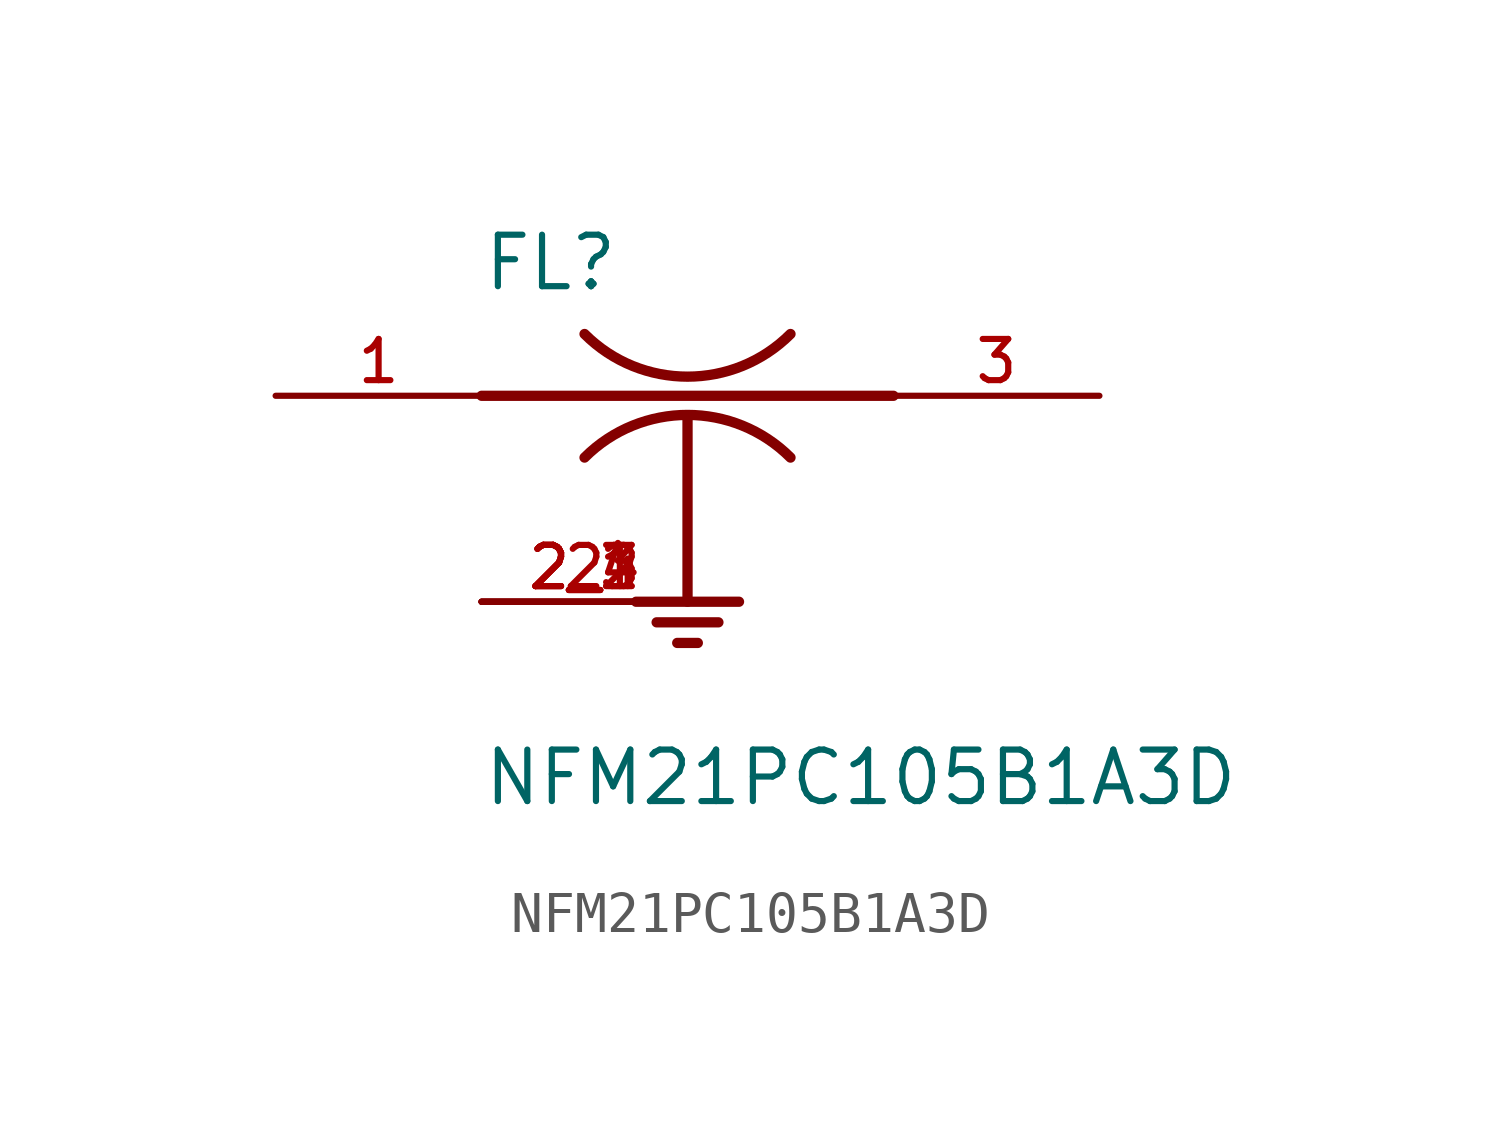
<source format=kicad_sym>
(kicad_symbol_lib
  (version 20211014)
  (generator kicad_symbol_editor)
  (symbol "NFM21PC105B1A3D"
    (pin_names
      (offset 1.016))
    (property "Reference" "FL"
      (at -5.08 2.54 0)
      (effects (font (size 1.27 1.27)) (justify bottom left)))
    (property "Value" "NFM21PC105B1A3D"
      (at -5.08 -10.16 0)
      (effects (font (size 1.27 1.27)) (justify bottom left)))
    (symbol "NFM21PC105B1A3D_0_0"
      (polyline (pts (xy -5.08 0.0) (xy 5.08 0.0)) (stroke (width 0.254)))
      (arc (start -2.54 1.524) (mid 0.0 0.4719) (end 2.54 1.524) (stroke (width 0.254) (type default) (color 0 0 0 0)) (fill (type none)))
      (arc (start 2.54 -1.524) (mid -0.0 -0.4719) (end -2.54 -1.524) (stroke (width 0.254) (type default) (color 0 0 0 0)) (fill (type none)))
      (polyline (pts (xy 0.0 -0.508) (xy 0.0 -5.08)) (stroke (width 0.254)))
      (polyline (pts (xy -1.27 -5.08) (xy 1.27 -5.08)) (stroke (width 0.254)))
      (polyline (pts (xy -0.762 -5.588) (xy 0.762 -5.588)) (stroke (width 0.254)))
      (polyline (pts (xy -0.254 -6.096) (xy 0.254 -6.096)) (stroke (width 0.254)))
      (pin input line (at -10.16 0.0 0) (length 5.08) (name "~" (effects (font (size 1.016 1.016)))) (number "1" (effects (font (size 1.016 1.016)))))
      (pin output line (at 10.16 0.0 180.0) (length 5.08) (name "~" (effects (font (size 1.016 1.016)))) (number "3" (effects (font (size 1.016 1.016)))))
      (pin power_in line (at -5.08 -5.08 0) (length 5.08) (name "~" (effects (font (size 1.016 1.016)))) (number "2" (effects (font (size 1.016 1.016)))))
      (pin power_in line (at -5.08 -5.08 0) (length 5.08) (name "~" (effects (font (size 1.016 1.016)))) (number "2_1" (effects (font (size 1.016 1.016)))))
      (pin power_in line (at -5.08 -5.08 0) (length 5.08) (name "~" (effects (font (size 1.016 1.016)))) (number "2_2" (effects (font (size 1.016 1.016)))))
      (pin power_in line (at -5.08 -5.08 0) (length 5.08) (name "~" (effects (font (size 1.016 1.016)))) (number "2_3" (effects (font (size 1.016 1.016)))))
      (pin power_in line (at -5.08 -5.08 0) (length 5.08) (name "~" (effects (font (size 1.016 1.016)))) (number "2_4" (effects (font (size 1.016 1.016))))))))
</source>
